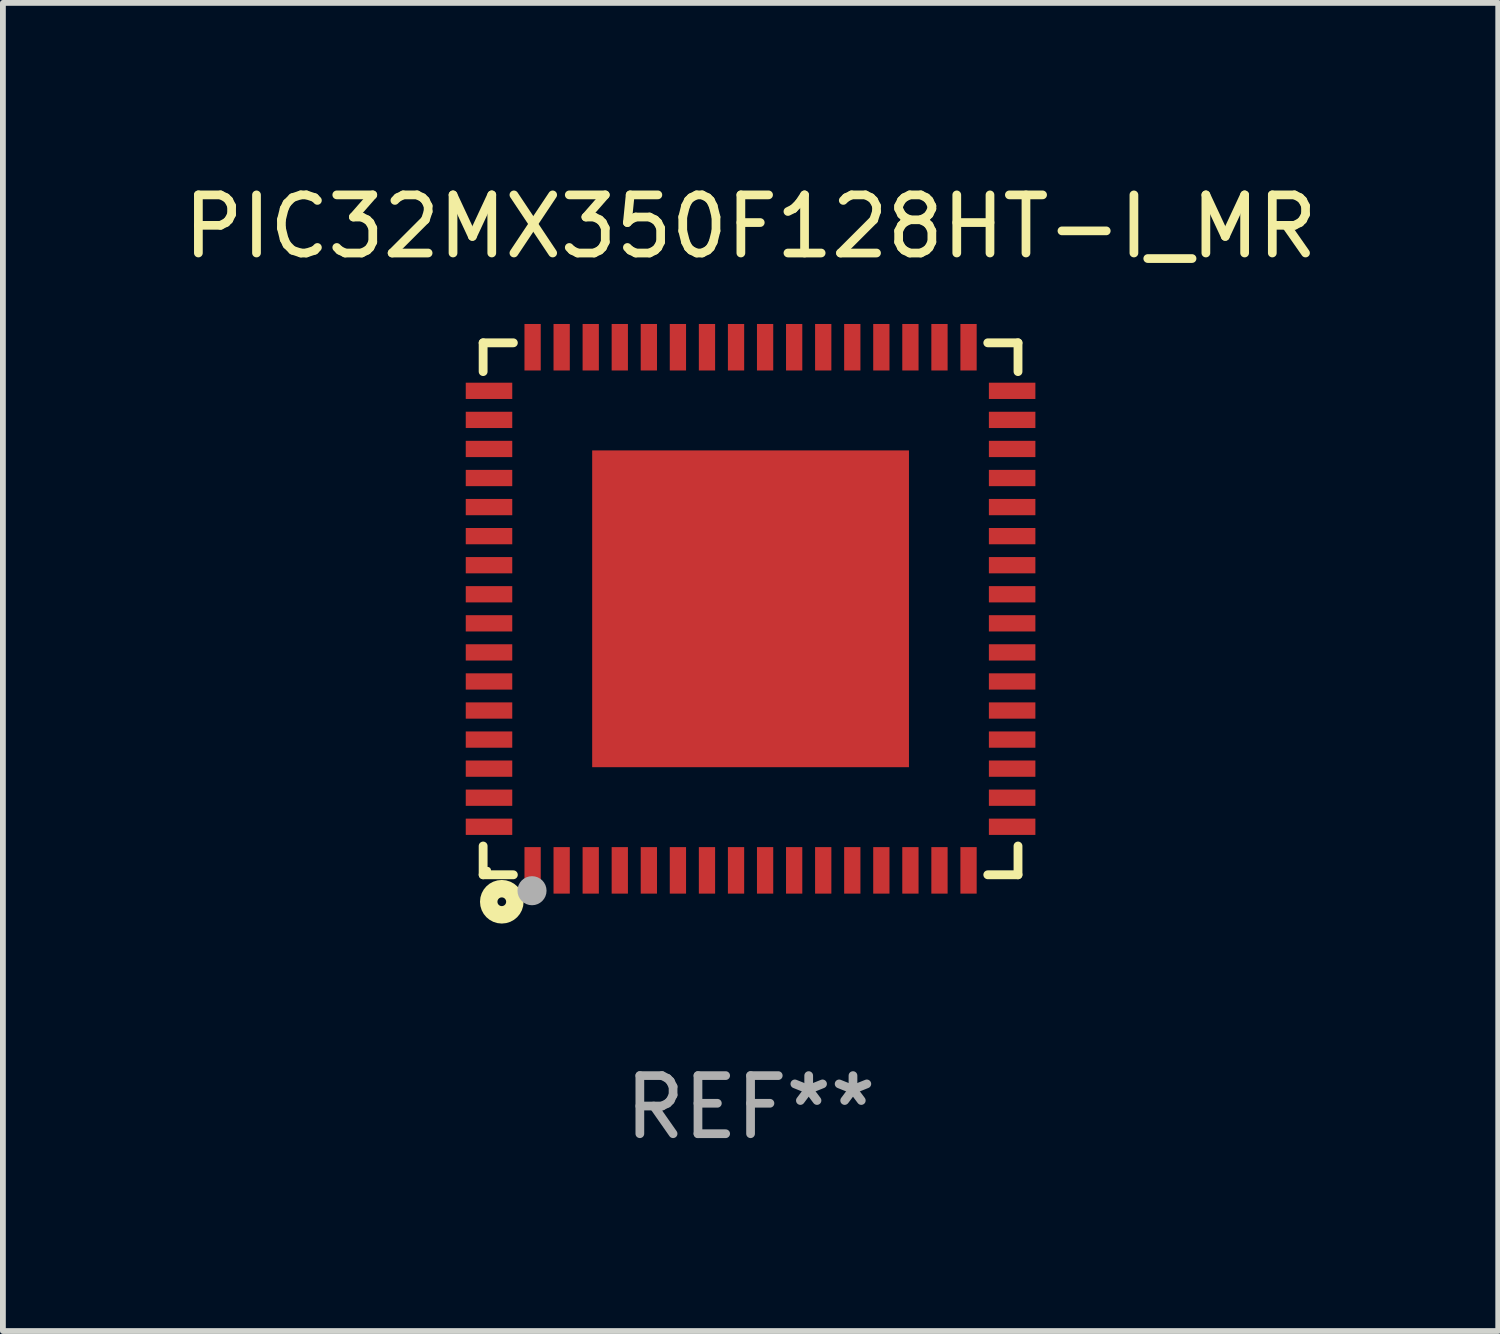
<source format=kicad_pcb>
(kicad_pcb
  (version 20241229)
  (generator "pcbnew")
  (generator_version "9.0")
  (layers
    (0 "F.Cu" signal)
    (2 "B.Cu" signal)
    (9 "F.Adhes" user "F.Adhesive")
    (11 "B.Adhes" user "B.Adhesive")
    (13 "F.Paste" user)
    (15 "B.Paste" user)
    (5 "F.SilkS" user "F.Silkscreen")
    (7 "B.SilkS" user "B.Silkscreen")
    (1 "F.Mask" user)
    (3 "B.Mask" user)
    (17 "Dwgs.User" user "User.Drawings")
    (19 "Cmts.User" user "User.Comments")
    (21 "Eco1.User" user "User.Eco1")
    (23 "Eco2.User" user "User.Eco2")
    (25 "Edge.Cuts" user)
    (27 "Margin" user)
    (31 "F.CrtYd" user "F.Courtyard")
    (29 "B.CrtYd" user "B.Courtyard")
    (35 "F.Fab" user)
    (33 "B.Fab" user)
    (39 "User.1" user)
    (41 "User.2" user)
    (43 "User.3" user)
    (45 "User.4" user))
  (footprint "PIC32MX350F128HT-I_MR"
    (layer "F.Cu")
    (at 9.863 7.424)
    (property "Reference" "PIC32MX350F128HT-I_MR" (at 0 -6.576 0) (layer "F.SilkS") (effects (font (size 1 1) (thickness 0.15))))
    (attr through_hole)
    (fp_line (start -4.601 -4.576) (end -4.081 -4.576) (stroke (width 0.152) (type solid)) (layer "F.SilkS"))
    (fp_line (start -4.601 -4.081) (end -4.601 -4.576) (stroke (width 0.152) (type solid)) (layer "F.SilkS"))
    (fp_line (start -4.601 4.081) (end -4.601 4.576) (stroke (width 0.152) (type solid)) (layer "F.SilkS"))
    (fp_line (start -4.601 4.576) (end -4.081 4.576) (stroke (width 0.152) (type solid)) (layer "F.SilkS"))
    (fp_line (start 4.601 -4.576) (end 4.081 -4.576) (stroke (width 0.152) (type solid)) (layer "F.SilkS"))
    (fp_line (start 4.601 -4.081) (end 4.601 -4.576) (stroke (width 0.152) (type solid)) (layer "F.SilkS"))
    (fp_line (start 4.601 4.081) (end 4.601 4.576) (stroke (width 0.152) (type solid)) (layer "F.SilkS"))
    (fp_line (start 4.601 4.576) (end 4.081 4.576) (stroke (width 0.152) (type solid)) (layer "F.SilkS"))
    (fp_circle (center -4.525 4.5) (end -4.495 4.5) (stroke (width 0.06) (type solid)) (fill no) (layer "F.SilkS"))
    (fp_circle (center -4.28 5.04) (end -4.205 5.04) (stroke (width 0.3) (type solid)) (fill no) (layer "F.SilkS"))
    (fp_circle (center -3.76 4.85) (end -3.635 4.85) (stroke (width 0.25) (type solid)) (fill no) (layer "F.Fab"))
    (fp_text user "REF**" (at 0 8.576 0) (layer "F.Fab") (effects (font (size 1 1) (thickness 0.15))))
    (pad "1" smd rect (at -3.75 4.5) (size 0.28 0.8) (layers "F.Cu" "F.Mask" "F.Paste"))
    (pad "2" smd rect (at -3.25 4.5) (size 0.28 0.8) (layers "F.Cu" "F.Mask" "F.Paste"))
    (pad "3" smd rect (at -2.75 4.5) (size 0.28 0.8) (layers "F.Cu" "F.Mask" "F.Paste"))
    (pad "4" smd rect (at -2.25 4.5) (size 0.28 0.8) (layers "F.Cu" "F.Mask" "F.Paste"))
    (pad "5" smd rect (at -1.75 4.5) (size 0.28 0.8) (layers "F.Cu" "F.Mask" "F.Paste"))
    (pad "6" smd rect (at -1.25 4.5) (size 0.28 0.8) (layers "F.Cu" "F.Mask" "F.Paste"))
    (pad "7" smd rect (at -0.75 4.5) (size 0.28 0.8) (layers "F.Cu" "F.Mask" "F.Paste"))
    (pad "8" smd rect (at -0.25 4.5) (size 0.28 0.8) (layers "F.Cu" "F.Mask" "F.Paste"))
    (pad "9" smd rect (at 0.25 4.5) (size 0.28 0.8) (layers "F.Cu" "F.Mask" "F.Paste"))
    (pad "10" smd rect (at 0.75 4.5) (size 0.28 0.8) (layers "F.Cu" "F.Mask" "F.Paste"))
    (pad "11" smd rect (at 1.25 4.5) (size 0.28 0.8) (layers "F.Cu" "F.Mask" "F.Paste"))
    (pad "12" smd rect (at 1.75 4.5) (size 0.28 0.8) (layers "F.Cu" "F.Mask" "F.Paste"))
    (pad "13" smd rect (at 2.25 4.5) (size 0.28 0.8) (layers "F.Cu" "F.Mask" "F.Paste"))
    (pad "14" smd rect (at 2.75 4.5) (size 0.28 0.8) (layers "F.Cu" "F.Mask" "F.Paste"))
    (pad "15" smd rect (at 3.25 4.5) (size 0.28 0.8) (layers "F.Cu" "F.Mask" "F.Paste"))
    (pad "16" smd rect (at 3.75 4.5) (size 0.28 0.8) (layers "F.Cu" "F.Mask" "F.Paste"))
    (pad "17" smd rect (at 4.5 3.75) (size 0.8 0.28) (layers "F.Cu" "F.Mask" "F.Paste"))
    (pad "18" smd rect (at 4.5 3.25) (size 0.8 0.28) (layers "F.Cu" "F.Mask" "F.Paste"))
    (pad "19" smd rect (at 4.5 2.75) (size 0.8 0.28) (layers "F.Cu" "F.Mask" "F.Paste"))
    (pad "20" smd rect (at 4.5 2.25) (size 0.8 0.28) (layers "F.Cu" "F.Mask" "F.Paste"))
    (pad "21" smd rect (at 4.5 1.75) (size 0.8 0.28) (layers "F.Cu" "F.Mask" "F.Paste"))
    (pad "22" smd rect (at 4.5 1.25) (size 0.8 0.28) (layers "F.Cu" "F.Mask" "F.Paste"))
    (pad "23" smd rect (at 4.5 0.75) (size 0.8 0.28) (layers "F.Cu" "F.Mask" "F.Paste"))
    (pad "24" smd rect (at 4.5 0.25) (size 0.8 0.28) (layers "F.Cu" "F.Mask" "F.Paste"))
    (pad "25" smd rect (at 4.5 -0.25) (size 0.8 0.28) (layers "F.Cu" "F.Mask" "F.Paste"))
    (pad "26" smd rect (at 4.5 -0.75) (size 0.8 0.28) (layers "F.Cu" "F.Mask" "F.Paste"))
    (pad "27" smd rect (at 4.5 -1.25) (size 0.8 0.28) (layers "F.Cu" "F.Mask" "F.Paste"))
    (pad "28" smd rect (at 4.5 -1.75) (size 0.8 0.28) (layers "F.Cu" "F.Mask" "F.Paste"))
    (pad "29" smd rect (at 4.5 -2.25) (size 0.8 0.28) (layers "F.Cu" "F.Mask" "F.Paste"))
    (pad "30" smd rect (at 4.5 -2.75) (size 0.8 0.28) (layers "F.Cu" "F.Mask" "F.Paste"))
    (pad "31" smd rect (at 4.5 -3.25) (size 0.8 0.28) (layers "F.Cu" "F.Mask" "F.Paste"))
    (pad "32" smd rect (at 4.5 -3.75) (size 0.8 0.28) (layers "F.Cu" "F.Mask" "F.Paste"))
    (pad "33" smd rect (at 3.75 -4.5) (size 0.28 0.8) (layers "F.Cu" "F.Mask" "F.Paste"))
    (pad "34" smd rect (at 3.25 -4.5) (size 0.28 0.8) (layers "F.Cu" "F.Mask" "F.Paste"))
    (pad "35" smd rect (at 2.75 -4.5) (size 0.28 0.8) (layers "F.Cu" "F.Mask" "F.Paste"))
    (pad "36" smd rect (at 2.25 -4.5) (size 0.28 0.8) (layers "F.Cu" "F.Mask" "F.Paste"))
    (pad "37" smd rect (at 1.75 -4.5) (size 0.28 0.8) (layers "F.Cu" "F.Mask" "F.Paste"))
    (pad "38" smd rect (at 1.25 -4.5) (size 0.28 0.8) (layers "F.Cu" "F.Mask" "F.Paste"))
    (pad "39" smd rect (at 0.75 -4.5) (size 0.28 0.8) (layers "F.Cu" "F.Mask" "F.Paste"))
    (pad "40" smd rect (at 0.25 -4.5) (size 0.28 0.8) (layers "F.Cu" "F.Mask" "F.Paste"))
    (pad "41" smd rect (at -0.25 -4.5) (size 0.28 0.8) (layers "F.Cu" "F.Mask" "F.Paste"))
    (pad "42" smd rect (at -0.75 -4.5) (size 0.28 0.8) (layers "F.Cu" "F.Mask" "F.Paste"))
    (pad "43" smd rect (at -1.25 -4.5) (size 0.28 0.8) (layers "F.Cu" "F.Mask" "F.Paste"))
    (pad "44" smd rect (at -1.75 -4.5) (size 0.28 0.8) (layers "F.Cu" "F.Mask" "F.Paste"))
    (pad "45" smd rect (at -2.25 -4.5) (size 0.28 0.8) (layers "F.Cu" "F.Mask" "F.Paste"))
    (pad "46" smd rect (at -2.75 -4.5) (size 0.28 0.8) (layers "F.Cu" "F.Mask" "F.Paste"))
    (pad "47" smd rect (at -3.25 -4.5) (size 0.28 0.8) (layers "F.Cu" "F.Mask" "F.Paste"))
    (pad "48" smd rect (at -3.75 -4.5) (size 0.28 0.8) (layers "F.Cu" "F.Mask" "F.Paste"))
    (pad "49" smd rect (at -4.5 -3.75) (size 0.8 0.28) (layers "F.Cu" "F.Mask" "F.Paste"))
    (pad "50" smd rect (at -4.5 -3.25) (size 0.8 0.28) (layers "F.Cu" "F.Mask" "F.Paste"))
    (pad "51" smd rect (at -4.5 -2.75) (size 0.8 0.28) (layers "F.Cu" "F.Mask" "F.Paste"))
    (pad "52" smd rect (at -4.5 -2.25) (size 0.8 0.28) (layers "F.Cu" "F.Mask" "F.Paste"))
    (pad "53" smd rect (at -4.5 -1.75) (size 0.8 0.28) (layers "F.Cu" "F.Mask" "F.Paste"))
    (pad "54" smd rect (at -4.5 -1.25) (size 0.8 0.28) (layers "F.Cu" "F.Mask" "F.Paste"))
    (pad "55" smd rect (at -4.5 -0.75) (size 0.8 0.28) (layers "F.Cu" "F.Mask" "F.Paste"))
    (pad "56" smd rect (at -4.5 -0.25) (size 0.8 0.28) (layers "F.Cu" "F.Mask" "F.Paste"))
    (pad "57" smd rect (at -4.5 0.25) (size 0.8 0.28) (layers "F.Cu" "F.Mask" "F.Paste"))
    (pad "58" smd rect (at -4.5 0.75) (size 0.8 0.28) (layers "F.Cu" "F.Mask" "F.Paste"))
    (pad "59" smd rect (at -4.5 1.25) (size 0.8 0.28) (layers "F.Cu" "F.Mask" "F.Paste"))
    (pad "60" smd rect (at -4.5 1.75) (size 0.8 0.28) (layers "F.Cu" "F.Mask" "F.Paste"))
    (pad "61" smd rect (at -4.5 2.25) (size 0.8 0.28) (layers "F.Cu" "F.Mask" "F.Paste"))
    (pad "62" smd rect (at -4.5 2.75) (size 0.8 0.28) (layers "F.Cu" "F.Mask" "F.Paste"))
    (pad "63" smd rect (at -4.5 3.25) (size 0.8 0.28) (layers "F.Cu" "F.Mask" "F.Paste"))
    (pad "64" smd rect (at -4.5 3.75) (size 0.8 0.28) (layers "F.Cu" "F.Mask" "F.Paste"))
    (pad "65" smd rect (at 0 0) (size 5.45 5.45) (layers "F.Cu" "F.Mask" "F.Paste")))
  (gr_rect
    (start -3 -3)
    (end 22.726 19.849)
    (stroke (width 0.1) (type default))
    (fill no)
    (layer "Edge.Cuts")))
</source>
